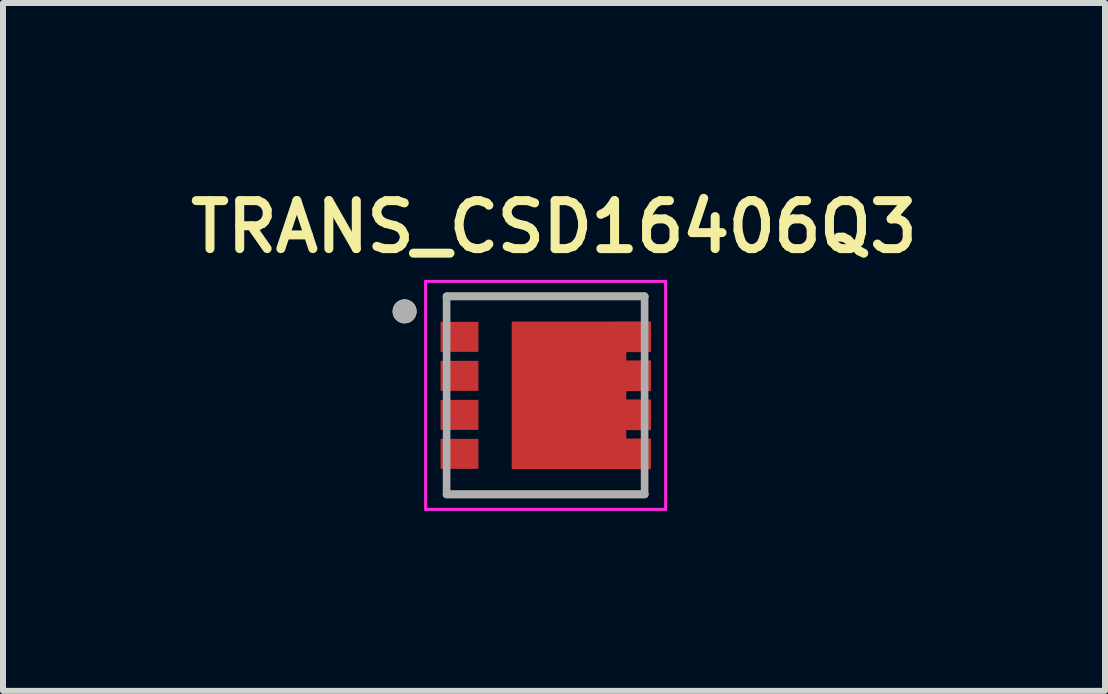
<source format=kicad_pcb>
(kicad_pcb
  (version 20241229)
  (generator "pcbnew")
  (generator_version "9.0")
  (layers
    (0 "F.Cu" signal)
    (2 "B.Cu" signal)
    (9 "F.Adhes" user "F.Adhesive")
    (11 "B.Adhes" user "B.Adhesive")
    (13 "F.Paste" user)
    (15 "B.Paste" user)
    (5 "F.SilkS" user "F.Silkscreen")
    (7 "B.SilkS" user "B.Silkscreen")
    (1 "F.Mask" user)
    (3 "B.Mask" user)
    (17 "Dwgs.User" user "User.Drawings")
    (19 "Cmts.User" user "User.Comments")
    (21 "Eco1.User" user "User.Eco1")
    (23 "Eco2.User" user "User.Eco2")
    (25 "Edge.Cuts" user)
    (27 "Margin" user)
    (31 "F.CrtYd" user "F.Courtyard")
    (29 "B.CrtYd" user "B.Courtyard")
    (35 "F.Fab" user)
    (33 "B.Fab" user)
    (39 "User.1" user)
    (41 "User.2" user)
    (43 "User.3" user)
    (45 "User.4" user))
  (footprint "TRANS_CSD16406Q3"
    (layer "F.Cu")
    (at 6.043 3.539)
    (property "Reference" "TRANS_CSD16406Q3" (at 0.14 -2.808 0) (layer "F.SilkS") (effects (font (size 0.8 0.8) (thickness 0.15))))
    (attr through_hole)
    (fp_poly (pts (xy -0.66 -1.325) (xy 1.85 -1.325) (xy 1.85 1.325) (xy -0.66 1.325)) (stroke (width 0.01) (type solid)) (fill yes) (layer "F.Mask"))
    (fp_line (start -1.65 -1.65) (end 1.65 -1.65) (stroke (width 0.127) (type solid)) (layer "F.SilkS"))
    (fp_line (start -1.65 1.65) (end 1.65 1.65) (stroke (width 0.127) (type solid)) (layer "F.SilkS"))
    (fp_circle (center -2.35 -1.4) (end -2.25 -1.4) (stroke (width 0.2) (type solid)) (fill no) (layer "F.SilkS"))
    (fp_poly (pts (xy -1.66 -1.145) (xy -1.21 -1.145) (xy -1.21 -0.805) (xy -1.66 -0.805)) (stroke (width 0.01) (type solid)) (fill yes) (layer "F.Paste"))
    (fp_poly (pts (xy -1.66 -0.495) (xy -1.21 -0.495) (xy -1.21 -0.155) (xy -1.66 -0.155)) (stroke (width 0.01) (type solid)) (fill yes) (layer "F.Paste"))
    (fp_poly (pts (xy -1.66 0.155) (xy -1.21 0.155) (xy -1.21 0.495) (xy -1.66 0.495)) (stroke (width 0.01) (type solid)) (fill yes) (layer "F.Paste"))
    (fp_poly (pts (xy -1.66 0.805) (xy -1.21 0.805) (xy -1.21 1.145) (xy -1.66 1.145)) (stroke (width 0.01) (type solid)) (fill yes) (layer "F.Paste"))
    (fp_poly (pts (xy -0.46 -1.145) (xy 0.985 -1.145) (xy 0.985 -0.125) (xy -0.46 -0.125)) (stroke (width 0.01) (type solid)) (fill yes) (layer "F.Paste"))
    (fp_poly (pts (xy -0.46 0.125) (xy 0.985 0.125) (xy 0.985 1.145) (xy -0.46 1.145)) (stroke (width 0.01) (type solid)) (fill yes) (layer "F.Paste"))
    (fp_poly (pts (xy 1.21 -1.145) (xy 1.66 -1.145) (xy 1.66 -0.805) (xy 1.21 -0.805)) (stroke (width 0.01) (type solid)) (fill yes) (layer "F.Paste"))
    (fp_poly (pts (xy 1.21 -0.495) (xy 1.66 -0.495) (xy 1.66 -0.155) (xy 1.21 -0.155)) (stroke (width 0.01) (type solid)) (fill yes) (layer "F.Paste"))
    (fp_poly (pts (xy 1.21 0.155) (xy 1.66 0.155) (xy 1.66 0.495) (xy 1.21 0.495)) (stroke (width 0.01) (type solid)) (fill yes) (layer "F.Paste"))
    (fp_poly (pts (xy 1.21 0.805) (xy 1.66 0.805) (xy 1.66 1.145) (xy 1.21 1.145)) (stroke (width 0.01) (type solid)) (fill yes) (layer "F.Paste"))
    (fp_line (start -2 -1.9) (end 2 -1.9) (stroke (width 0.05) (type solid)) (layer "F.CrtYd"))
    (fp_line (start -2 1.9) (end -2 -1.9) (stroke (width 0.05) (type solid)) (layer "F.CrtYd"))
    (fp_line (start 2 -1.9) (end 2 1.9) (stroke (width 0.05) (type solid)) (layer "F.CrtYd"))
    (fp_line (start 2 1.9) (end -2 1.9) (stroke (width 0.05) (type solid)) (layer "F.CrtYd"))
    (fp_line (start -1.65 -1.65) (end 1.65 -1.65) (stroke (width 0.127) (type solid)) (layer "F.Fab"))
    (fp_line (start -1.65 1.65) (end -1.65 -1.65) (stroke (width 0.127) (type solid)) (layer "F.Fab"))
    (fp_line (start 1.65 -1.65) (end 1.65 1.65) (stroke (width 0.127) (type solid)) (layer "F.Fab"))
    (fp_line (start 1.65 1.65) (end -1.65 1.65) (stroke (width 0.127) (type solid)) (layer "F.Fab"))
    (fp_circle (center -2.35 -1.4) (end -2.25 -1.4) (stroke (width 0.2) (type solid)) (fill no) (layer "F.Fab"))
    (pad "1" smd rect (at -1.435 -0.975) (size 0.63 0.5) (layers "F.Cu" "F.Mask"))
    (pad "2" smd rect (at -1.435 -0.325) (size 0.63 0.5) (layers "F.Cu" "F.Mask"))
    (pad "3" smd rect (at -1.435 0.325) (size 0.63 0.5) (layers "F.Cu" "F.Mask"))
    (pad "4" smd rect (at -1.435 0.975) (size 0.63 0.5) (layers "F.Cu" "F.Mask"))
    (pad "5" smd custom (at 1.435 0.975) (size 0.63 0.5) (layers "F.Cu") (options (anchor rect)) (primitives (gr_poly (pts (xy 0.315 -2.2) (xy 0.315 -1.7) (xy -0.095 -1.7) (xy -0.095 -1.55) (xy 0.315 -1.55) (xy 0.315 -1.05) (xy -0.095 -1.05) (xy -0.095 -0.9) (xy 0.315 -0.9) (xy 0.315 -0.4) (xy -0.095 -0.4) (xy -0.095 -0.25) (xy 0.315 -0.25) (xy 0.315 0.25) (xy -1.995 0.25) (xy -1.995 -2.2)) (width 0.01) (fill yes))))
    (pad "6" smd rect (at 1.435 0.325) (size 0.63 0.5) (layers "F.Cu"))
    (pad "7" smd rect (at 1.435 -0.325) (size 0.63 0.5) (layers "F.Cu"))
    (pad "8" smd rect (at 1.435 -0.975) (size 0.63 0.5) (layers "F.Cu")))
  (gr_rect
    (start -3 -3)
    (end 15.366 8.464)
    (stroke (width 0.1) (type default))
    (fill no)
    (layer "Edge.Cuts")))
</source>
